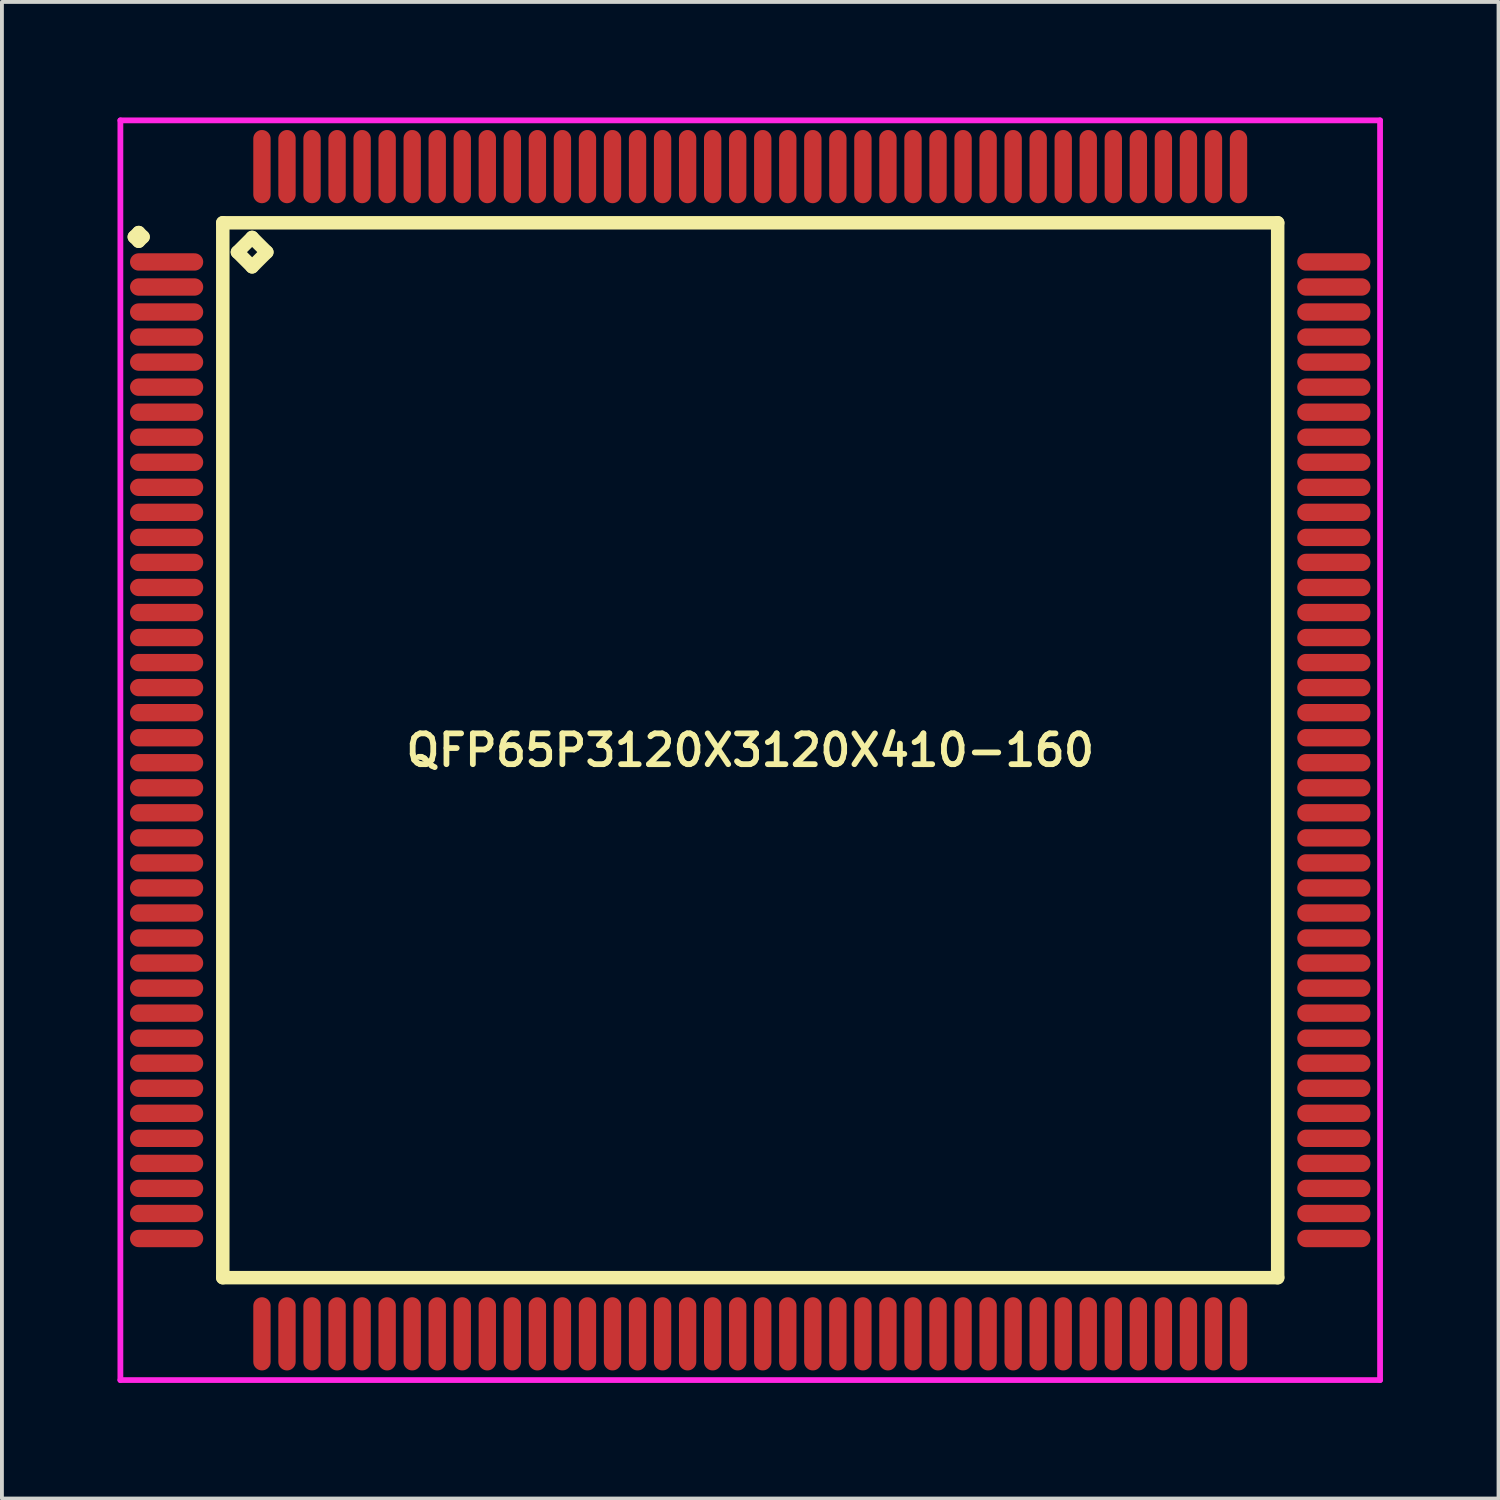
<source format=kicad_pcb>
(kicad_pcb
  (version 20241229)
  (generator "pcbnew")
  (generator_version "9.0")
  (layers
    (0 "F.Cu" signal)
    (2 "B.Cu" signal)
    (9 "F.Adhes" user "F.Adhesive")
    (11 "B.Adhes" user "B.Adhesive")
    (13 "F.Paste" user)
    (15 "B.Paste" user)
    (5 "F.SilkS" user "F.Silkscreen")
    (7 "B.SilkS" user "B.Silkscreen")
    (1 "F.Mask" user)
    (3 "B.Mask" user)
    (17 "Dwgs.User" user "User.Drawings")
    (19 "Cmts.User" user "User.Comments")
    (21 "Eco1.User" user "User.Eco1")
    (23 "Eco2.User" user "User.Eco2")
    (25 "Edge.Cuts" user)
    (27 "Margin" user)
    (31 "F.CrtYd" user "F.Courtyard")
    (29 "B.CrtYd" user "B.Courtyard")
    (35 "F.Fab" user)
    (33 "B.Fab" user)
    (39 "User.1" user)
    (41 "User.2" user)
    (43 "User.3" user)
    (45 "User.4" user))
  (footprint "QFP65P3120X3120X410-160"
    (layer "F.Cu")
    (at 16.425 16.425)
    (property "Reference" "QFP65P3120X3120X410-160" (at 0 0 0) (layer "F.SilkS") (effects (font (size 0.8 0.8) (thickness 0.15))))
    (attr smd)
    (fp_line (start -15.988 -13.325) (end -15.875 -13.438) (stroke (width 0.35) (type solid)) (layer "F.SilkS"))
    (fp_line (start -15.875 -13.438) (end -15.762 -13.325) (stroke (width 0.35) (type solid)) (layer "F.SilkS"))
    (fp_line (start -15.875 -13.213) (end -15.988 -13.325) (stroke (width 0.35) (type solid)) (layer "F.SilkS"))
    (fp_line (start -15.762 -13.325) (end -15.875 -13.213) (stroke (width 0.35) (type solid)) (layer "F.SilkS"))
    (fp_line (start -13.692 -13.692) (end -13.692 13.692) (stroke (width 0.35) (type solid)) (layer "F.SilkS"))
    (fp_line (start -13.692 13.692) (end 13.692 13.692) (stroke (width 0.35) (type solid)) (layer "F.SilkS"))
    (fp_line (start -13.311 -12.93) (end -12.93 -13.311) (stroke (width 0.35) (type solid)) (layer "F.SilkS"))
    (fp_line (start -12.93 -13.311) (end -12.549 -12.93) (stroke (width 0.35) (type solid)) (layer "F.SilkS"))
    (fp_line (start -12.93 -12.549) (end -13.311 -12.93) (stroke (width 0.35) (type solid)) (layer "F.SilkS"))
    (fp_line (start -12.549 -12.93) (end -12.93 -12.549) (stroke (width 0.35) (type solid)) (layer "F.SilkS"))
    (fp_line (start 13.692 -13.692) (end -13.692 -13.692) (stroke (width 0.35) (type solid)) (layer "F.SilkS"))
    (fp_line (start 13.692 13.692) (end 13.692 -13.692) (stroke (width 0.35) (type solid)) (layer "F.SilkS"))
    (fp_line (start -16.35 -16.35) (end 16.35 -16.35) (stroke (width 0.15) (type solid)) (layer "F.CrtYd"))
    (fp_line (start -16.35 16.35) (end -16.35 -16.35) (stroke (width 0.15) (type solid)) (layer "F.CrtYd"))
    (fp_line (start 16.35 -16.35) (end 16.35 16.35) (stroke (width 0.15) (type solid)) (layer "F.CrtYd"))
    (fp_line (start 16.35 16.35) (end -16.35 16.35) (stroke (width 0.15) (type solid)) (layer "F.CrtYd"))
    (pad "1" smd oval (at -15.15 -12.675) (size 1.9 0.45) (layers "F.Cu" "F.Mask" "F.Paste"))
    (pad "2" smd oval (at -15.15 -12.025) (size 1.9 0.45) (layers "F.Cu" "F.Mask" "F.Paste"))
    (pad "3" smd oval (at -15.15 -11.375) (size 1.9 0.45) (layers "F.Cu" "F.Mask" "F.Paste"))
    (pad "4" smd oval (at -15.15 -10.725) (size 1.9 0.45) (layers "F.Cu" "F.Mask" "F.Paste"))
    (pad "5" smd oval (at -15.15 -10.075) (size 1.9 0.45) (layers "F.Cu" "F.Mask" "F.Paste"))
    (pad "6" smd oval (at -15.15 -9.425) (size 1.9 0.45) (layers "F.Cu" "F.Mask" "F.Paste"))
    (pad "7" smd oval (at -15.15 -8.775) (size 1.9 0.45) (layers "F.Cu" "F.Mask" "F.Paste"))
    (pad "8" smd oval (at -15.15 -8.125) (size 1.9 0.45) (layers "F.Cu" "F.Mask" "F.Paste"))
    (pad "9" smd oval (at -15.15 -7.475) (size 1.9 0.45) (layers "F.Cu" "F.Mask" "F.Paste"))
    (pad "10" smd oval (at -15.15 -6.825) (size 1.9 0.45) (layers "F.Cu" "F.Mask" "F.Paste"))
    (pad "11" smd oval (at -15.15 -6.175) (size 1.9 0.45) (layers "F.Cu" "F.Mask" "F.Paste"))
    (pad "12" smd oval (at -15.15 -5.525) (size 1.9 0.45) (layers "F.Cu" "F.Mask" "F.Paste"))
    (pad "13" smd oval (at -15.15 -4.875) (size 1.9 0.45) (layers "F.Cu" "F.Mask" "F.Paste"))
    (pad "14" smd oval (at -15.15 -4.225) (size 1.9 0.45) (layers "F.Cu" "F.Mask" "F.Paste"))
    (pad "15" smd oval (at -15.15 -3.575) (size 1.9 0.45) (layers "F.Cu" "F.Mask" "F.Paste"))
    (pad "16" smd oval (at -15.15 -2.925) (size 1.9 0.45) (layers "F.Cu" "F.Mask" "F.Paste"))
    (pad "17" smd oval (at -15.15 -2.275) (size 1.9 0.45) (layers "F.Cu" "F.Mask" "F.Paste"))
    (pad "18" smd oval (at -15.15 -1.625) (size 1.9 0.45) (layers "F.Cu" "F.Mask" "F.Paste"))
    (pad "19" smd oval (at -15.15 -0.975) (size 1.9 0.45) (layers "F.Cu" "F.Mask" "F.Paste"))
    (pad "20" smd oval (at -15.15 -0.325) (size 1.9 0.45) (layers "F.Cu" "F.Mask" "F.Paste"))
    (pad "21" smd oval (at -15.15 0.325) (size 1.9 0.45) (layers "F.Cu" "F.Mask" "F.Paste"))
    (pad "22" smd oval (at -15.15 0.975) (size 1.9 0.45) (layers "F.Cu" "F.Mask" "F.Paste"))
    (pad "23" smd oval (at -15.15 1.625) (size 1.9 0.45) (layers "F.Cu" "F.Mask" "F.Paste"))
    (pad "24" smd oval (at -15.15 2.275) (size 1.9 0.45) (layers "F.Cu" "F.Mask" "F.Paste"))
    (pad "25" smd oval (at -15.15 2.925) (size 1.9 0.45) (layers "F.Cu" "F.Mask" "F.Paste"))
    (pad "26" smd oval (at -15.15 3.575) (size 1.9 0.45) (layers "F.Cu" "F.Mask" "F.Paste"))
    (pad "27" smd oval (at -15.15 4.225) (size 1.9 0.45) (layers "F.Cu" "F.Mask" "F.Paste"))
    (pad "28" smd oval (at -15.15 4.875) (size 1.9 0.45) (layers "F.Cu" "F.Mask" "F.Paste"))
    (pad "29" smd oval (at -15.15 5.525) (size 1.9 0.45) (layers "F.Cu" "F.Mask" "F.Paste"))
    (pad "30" smd oval (at -15.15 6.175) (size 1.9 0.45) (layers "F.Cu" "F.Mask" "F.Paste"))
    (pad "31" smd oval (at -15.15 6.825) (size 1.9 0.45) (layers "F.Cu" "F.Mask" "F.Paste"))
    (pad "32" smd oval (at -15.15 7.475) (size 1.9 0.45) (layers "F.Cu" "F.Mask" "F.Paste"))
    (pad "33" smd oval (at -15.15 8.125) (size 1.9 0.45) (layers "F.Cu" "F.Mask" "F.Paste"))
    (pad "34" smd oval (at -15.15 8.775) (size 1.9 0.45) (layers "F.Cu" "F.Mask" "F.Paste"))
    (pad "35" smd oval (at -15.15 9.425) (size 1.9 0.45) (layers "F.Cu" "F.Mask" "F.Paste"))
    (pad "36" smd oval (at -15.15 10.075) (size 1.9 0.45) (layers "F.Cu" "F.Mask" "F.Paste"))
    (pad "37" smd oval (at -15.15 10.725) (size 1.9 0.45) (layers "F.Cu" "F.Mask" "F.Paste"))
    (pad "38" smd oval (at -15.15 11.375) (size 1.9 0.45) (layers "F.Cu" "F.Mask" "F.Paste"))
    (pad "39" smd oval (at -15.15 12.025) (size 1.9 0.45) (layers "F.Cu" "F.Mask" "F.Paste"))
    (pad "40" smd oval (at -15.15 12.675) (size 1.9 0.45) (layers "F.Cu" "F.Mask" "F.Paste"))
    (pad "41" smd oval (at -12.675 15.15) (size 0.45 1.9) (layers "F.Cu" "F.Mask" "F.Paste"))
    (pad "42" smd oval (at -12.025 15.15) (size 0.45 1.9) (layers "F.Cu" "F.Mask" "F.Paste"))
    (pad "43" smd oval (at -11.375 15.15) (size 0.45 1.9) (layers "F.Cu" "F.Mask" "F.Paste"))
    (pad "44" smd oval (at -10.725 15.15) (size 0.45 1.9) (layers "F.Cu" "F.Mask" "F.Paste"))
    (pad "45" smd oval (at -10.075 15.15) (size 0.45 1.9) (layers "F.Cu" "F.Mask" "F.Paste"))
    (pad "46" smd oval (at -9.425 15.15) (size 0.45 1.9) (layers "F.Cu" "F.Mask" "F.Paste"))
    (pad "47" smd oval (at -8.775 15.15) (size 0.45 1.9) (layers "F.Cu" "F.Mask" "F.Paste"))
    (pad "48" smd oval (at -8.125 15.15) (size 0.45 1.9) (layers "F.Cu" "F.Mask" "F.Paste"))
    (pad "49" smd oval (at -7.475 15.15) (size 0.45 1.9) (layers "F.Cu" "F.Mask" "F.Paste"))
    (pad "50" smd oval (at -6.825 15.15) (size 0.45 1.9) (layers "F.Cu" "F.Mask" "F.Paste"))
    (pad "51" smd oval (at -6.175 15.15) (size 0.45 1.9) (layers "F.Cu" "F.Mask" "F.Paste"))
    (pad "52" smd oval (at -5.525 15.15) (size 0.45 1.9) (layers "F.Cu" "F.Mask" "F.Paste"))
    (pad "53" smd oval (at -4.875 15.15) (size 0.45 1.9) (layers "F.Cu" "F.Mask" "F.Paste"))
    (pad "54" smd oval (at -4.225 15.15) (size 0.45 1.9) (layers "F.Cu" "F.Mask" "F.Paste"))
    (pad "55" smd oval (at -3.575 15.15) (size 0.45 1.9) (layers "F.Cu" "F.Mask" "F.Paste"))
    (pad "56" smd oval (at -2.925 15.15) (size 0.45 1.9) (layers "F.Cu" "F.Mask" "F.Paste"))
    (pad "57" smd oval (at -2.275 15.15) (size 0.45 1.9) (layers "F.Cu" "F.Mask" "F.Paste"))
    (pad "58" smd oval (at -1.625 15.15) (size 0.45 1.9) (layers "F.Cu" "F.Mask" "F.Paste"))
    (pad "59" smd oval (at -0.975 15.15) (size 0.45 1.9) (layers "F.Cu" "F.Mask" "F.Paste"))
    (pad "60" smd oval (at -0.325 15.15) (size 0.45 1.9) (layers "F.Cu" "F.Mask" "F.Paste"))
    (pad "61" smd oval (at 0.325 15.15) (size 0.45 1.9) (layers "F.Cu" "F.Mask" "F.Paste"))
    (pad "62" smd oval (at 0.975 15.15) (size 0.45 1.9) (layers "F.Cu" "F.Mask" "F.Paste"))
    (pad "63" smd oval (at 1.625 15.15) (size 0.45 1.9) (layers "F.Cu" "F.Mask" "F.Paste"))
    (pad "64" smd oval (at 2.275 15.15) (size 0.45 1.9) (layers "F.Cu" "F.Mask" "F.Paste"))
    (pad "65" smd oval (at 2.925 15.15) (size 0.45 1.9) (layers "F.Cu" "F.Mask" "F.Paste"))
    (pad "66" smd oval (at 3.575 15.15) (size 0.45 1.9) (layers "F.Cu" "F.Mask" "F.Paste"))
    (pad "67" smd oval (at 4.225 15.15) (size 0.45 1.9) (layers "F.Cu" "F.Mask" "F.Paste"))
    (pad "68" smd oval (at 4.875 15.15) (size 0.45 1.9) (layers "F.Cu" "F.Mask" "F.Paste"))
    (pad "69" smd oval (at 5.525 15.15) (size 0.45 1.9) (layers "F.Cu" "F.Mask" "F.Paste"))
    (pad "70" smd oval (at 6.175 15.15) (size 0.45 1.9) (layers "F.Cu" "F.Mask" "F.Paste"))
    (pad "71" smd oval (at 6.825 15.15) (size 0.45 1.9) (layers "F.Cu" "F.Mask" "F.Paste"))
    (pad "72" smd oval (at 7.475 15.15) (size 0.45 1.9) (layers "F.Cu" "F.Mask" "F.Paste"))
    (pad "73" smd oval (at 8.125 15.15) (size 0.45 1.9) (layers "F.Cu" "F.Mask" "F.Paste"))
    (pad "74" smd oval (at 8.775 15.15) (size 0.45 1.9) (layers "F.Cu" "F.Mask" "F.Paste"))
    (pad "75" smd oval (at 9.425 15.15) (size 0.45 1.9) (layers "F.Cu" "F.Mask" "F.Paste"))
    (pad "76" smd oval (at 10.075 15.15) (size 0.45 1.9) (layers "F.Cu" "F.Mask" "F.Paste"))
    (pad "77" smd oval (at 10.725 15.15) (size 0.45 1.9) (layers "F.Cu" "F.Mask" "F.Paste"))
    (pad "78" smd oval (at 11.375 15.15) (size 0.45 1.9) (layers "F.Cu" "F.Mask" "F.Paste"))
    (pad "79" smd oval (at 12.025 15.15) (size 0.45 1.9) (layers "F.Cu" "F.Mask" "F.Paste"))
    (pad "80" smd oval (at 12.675 15.15) (size 0.45 1.9) (layers "F.Cu" "F.Mask" "F.Paste"))
    (pad "81" smd oval (at 15.15 12.675) (size 1.9 0.45) (layers "F.Cu" "F.Mask" "F.Paste"))
    (pad "82" smd oval (at 15.15 12.025) (size 1.9 0.45) (layers "F.Cu" "F.Mask" "F.Paste"))
    (pad "83" smd oval (at 15.15 11.375) (size 1.9 0.45) (layers "F.Cu" "F.Mask" "F.Paste"))
    (pad "84" smd oval (at 15.15 10.725) (size 1.9 0.45) (layers "F.Cu" "F.Mask" "F.Paste"))
    (pad "85" smd oval (at 15.15 10.075) (size 1.9 0.45) (layers "F.Cu" "F.Mask" "F.Paste"))
    (pad "86" smd oval (at 15.15 9.425) (size 1.9 0.45) (layers "F.Cu" "F.Mask" "F.Paste"))
    (pad "87" smd oval (at 15.15 8.775) (size 1.9 0.45) (layers "F.Cu" "F.Mask" "F.Paste"))
    (pad "88" smd oval (at 15.15 8.125) (size 1.9 0.45) (layers "F.Cu" "F.Mask" "F.Paste"))
    (pad "89" smd oval (at 15.15 7.475) (size 1.9 0.45) (layers "F.Cu" "F.Mask" "F.Paste"))
    (pad "90" smd oval (at 15.15 6.825) (size 1.9 0.45) (layers "F.Cu" "F.Mask" "F.Paste"))
    (pad "91" smd oval (at 15.15 6.175) (size 1.9 0.45) (layers "F.Cu" "F.Mask" "F.Paste"))
    (pad "92" smd oval (at 15.15 5.525) (size 1.9 0.45) (layers "F.Cu" "F.Mask" "F.Paste"))
    (pad "93" smd oval (at 15.15 4.875) (size 1.9 0.45) (layers "F.Cu" "F.Mask" "F.Paste"))
    (pad "94" smd oval (at 15.15 4.225) (size 1.9 0.45) (layers "F.Cu" "F.Mask" "F.Paste"))
    (pad "95" smd oval (at 15.15 3.575) (size 1.9 0.45) (layers "F.Cu" "F.Mask" "F.Paste"))
    (pad "96" smd oval (at 15.15 2.925) (size 1.9 0.45) (layers "F.Cu" "F.Mask" "F.Paste"))
    (pad "97" smd oval (at 15.15 2.275) (size 1.9 0.45) (layers "F.Cu" "F.Mask" "F.Paste"))
    (pad "98" smd oval (at 15.15 1.625) (size 1.9 0.45) (layers "F.Cu" "F.Mask" "F.Paste"))
    (pad "99" smd oval (at 15.15 0.975) (size 1.9 0.45) (layers "F.Cu" "F.Mask" "F.Paste"))
    (pad "100" smd oval (at 15.15 0.325) (size 1.9 0.45) (layers "F.Cu" "F.Mask" "F.Paste"))
    (pad "101" smd oval (at 15.15 -0.325) (size 1.9 0.45) (layers "F.Cu" "F.Mask" "F.Paste"))
    (pad "102" smd oval (at 15.15 -0.975) (size 1.9 0.45) (layers "F.Cu" "F.Mask" "F.Paste"))
    (pad "103" smd oval (at 15.15 -1.625) (size 1.9 0.45) (layers "F.Cu" "F.Mask" "F.Paste"))
    (pad "104" smd oval (at 15.15 -2.275) (size 1.9 0.45) (layers "F.Cu" "F.Mask" "F.Paste"))
    (pad "105" smd oval (at 15.15 -2.925) (size 1.9 0.45) (layers "F.Cu" "F.Mask" "F.Paste"))
    (pad "106" smd oval (at 15.15 -3.575) (size 1.9 0.45) (layers "F.Cu" "F.Mask" "F.Paste"))
    (pad "107" smd oval (at 15.15 -4.225) (size 1.9 0.45) (layers "F.Cu" "F.Mask" "F.Paste"))
    (pad "108" smd oval (at 15.15 -4.875) (size 1.9 0.45) (layers "F.Cu" "F.Mask" "F.Paste"))
    (pad "109" smd oval (at 15.15 -5.525) (size 1.9 0.45) (layers "F.Cu" "F.Mask" "F.Paste"))
    (pad "110" smd oval (at 15.15 -6.175) (size 1.9 0.45) (layers "F.Cu" "F.Mask" "F.Paste"))
    (pad "111" smd oval (at 15.15 -6.825) (size 1.9 0.45) (layers "F.Cu" "F.Mask" "F.Paste"))
    (pad "112" smd oval (at 15.15 -7.475) (size 1.9 0.45) (layers "F.Cu" "F.Mask" "F.Paste"))
    (pad "113" smd oval (at 15.15 -8.125) (size 1.9 0.45) (layers "F.Cu" "F.Mask" "F.Paste"))
    (pad "114" smd oval (at 15.15 -8.775) (size 1.9 0.45) (layers "F.Cu" "F.Mask" "F.Paste"))
    (pad "115" smd oval (at 15.15 -9.425) (size 1.9 0.45) (layers "F.Cu" "F.Mask" "F.Paste"))
    (pad "116" smd oval (at 15.15 -10.075) (size 1.9 0.45) (layers "F.Cu" "F.Mask" "F.Paste"))
    (pad "117" smd oval (at 15.15 -10.725) (size 1.9 0.45) (layers "F.Cu" "F.Mask" "F.Paste"))
    (pad "118" smd oval (at 15.15 -11.375) (size 1.9 0.45) (layers "F.Cu" "F.Mask" "F.Paste"))
    (pad "119" smd oval (at 15.15 -12.025) (size 1.9 0.45) (layers "F.Cu" "F.Mask" "F.Paste"))
    (pad "120" smd oval (at 15.15 -12.675) (size 1.9 0.45) (layers "F.Cu" "F.Mask" "F.Paste"))
    (pad "121" smd oval (at 12.675 -15.15) (size 0.45 1.9) (layers "F.Cu" "F.Mask" "F.Paste"))
    (pad "122" smd oval (at 12.025 -15.15) (size 0.45 1.9) (layers "F.Cu" "F.Mask" "F.Paste"))
    (pad "123" smd oval (at 11.375 -15.15) (size 0.45 1.9) (layers "F.Cu" "F.Mask" "F.Paste"))
    (pad "124" smd oval (at 10.725 -15.15) (size 0.45 1.9) (layers "F.Cu" "F.Mask" "F.Paste"))
    (pad "125" smd oval (at 10.075 -15.15) (size 0.45 1.9) (layers "F.Cu" "F.Mask" "F.Paste"))
    (pad "126" smd oval (at 9.425 -15.15) (size 0.45 1.9) (layers "F.Cu" "F.Mask" "F.Paste"))
    (pad "127" smd oval (at 8.775 -15.15) (size 0.45 1.9) (layers "F.Cu" "F.Mask" "F.Paste"))
    (pad "128" smd oval (at 8.125 -15.15) (size 0.45 1.9) (layers "F.Cu" "F.Mask" "F.Paste"))
    (pad "129" smd oval (at 7.475 -15.15) (size 0.45 1.9) (layers "F.Cu" "F.Mask" "F.Paste"))
    (pad "130" smd oval (at 6.825 -15.15) (size 0.45 1.9) (layers "F.Cu" "F.Mask" "F.Paste"))
    (pad "131" smd oval (at 6.175 -15.15) (size 0.45 1.9) (layers "F.Cu" "F.Mask" "F.Paste"))
    (pad "132" smd oval (at 5.525 -15.15) (size 0.45 1.9) (layers "F.Cu" "F.Mask" "F.Paste"))
    (pad "133" smd oval (at 4.875 -15.15) (size 0.45 1.9) (layers "F.Cu" "F.Mask" "F.Paste"))
    (pad "134" smd oval (at 4.225 -15.15) (size 0.45 1.9) (layers "F.Cu" "F.Mask" "F.Paste"))
    (pad "135" smd oval (at 3.575 -15.15) (size 0.45 1.9) (layers "F.Cu" "F.Mask" "F.Paste"))
    (pad "136" smd oval (at 2.925 -15.15) (size 0.45 1.9) (layers "F.Cu" "F.Mask" "F.Paste"))
    (pad "137" smd oval (at 2.275 -15.15) (size 0.45 1.9) (layers "F.Cu" "F.Mask" "F.Paste"))
    (pad "138" smd oval (at 1.625 -15.15) (size 0.45 1.9) (layers "F.Cu" "F.Mask" "F.Paste"))
    (pad "139" smd oval (at 0.975 -15.15) (size 0.45 1.9) (layers "F.Cu" "F.Mask" "F.Paste"))
    (pad "140" smd oval (at 0.325 -15.15) (size 0.45 1.9) (layers "F.Cu" "F.Mask" "F.Paste"))
    (pad "141" smd oval (at -0.325 -15.15) (size 0.45 1.9) (layers "F.Cu" "F.Mask" "F.Paste"))
    (pad "142" smd oval (at -0.975 -15.15) (size 0.45 1.9) (layers "F.Cu" "F.Mask" "F.Paste"))
    (pad "143" smd oval (at -1.625 -15.15) (size 0.45 1.9) (layers "F.Cu" "F.Mask" "F.Paste"))
    (pad "144" smd oval (at -2.275 -15.15) (size 0.45 1.9) (layers "F.Cu" "F.Mask" "F.Paste"))
    (pad "145" smd oval (at -2.925 -15.15) (size 0.45 1.9) (layers "F.Cu" "F.Mask" "F.Paste"))
    (pad "146" smd oval (at -3.575 -15.15) (size 0.45 1.9) (layers "F.Cu" "F.Mask" "F.Paste"))
    (pad "147" smd oval (at -4.225 -15.15) (size 0.45 1.9) (layers "F.Cu" "F.Mask" "F.Paste"))
    (pad "148" smd oval (at -4.875 -15.15) (size 0.45 1.9) (layers "F.Cu" "F.Mask" "F.Paste"))
    (pad "149" smd oval (at -5.525 -15.15) (size 0.45 1.9) (layers "F.Cu" "F.Mask" "F.Paste"))
    (pad "150" smd oval (at -6.175 -15.15) (size 0.45 1.9) (layers "F.Cu" "F.Mask" "F.Paste"))
    (pad "151" smd oval (at -6.825 -15.15) (size 0.45 1.9) (layers "F.Cu" "F.Mask" "F.Paste"))
    (pad "152" smd oval (at -7.475 -15.15) (size 0.45 1.9) (layers "F.Cu" "F.Mask" "F.Paste"))
    (pad "153" smd oval (at -8.125 -15.15) (size 0.45 1.9) (layers "F.Cu" "F.Mask" "F.Paste"))
    (pad "154" smd oval (at -8.775 -15.15) (size 0.45 1.9) (layers "F.Cu" "F.Mask" "F.Paste"))
    (pad "155" smd oval (at -9.425 -15.15) (size 0.45 1.9) (layers "F.Cu" "F.Mask" "F.Paste"))
    (pad "156" smd oval (at -10.075 -15.15) (size 0.45 1.9) (layers "F.Cu" "F.Mask" "F.Paste"))
    (pad "157" smd oval (at -10.725 -15.15) (size 0.45 1.9) (layers "F.Cu" "F.Mask" "F.Paste"))
    (pad "158" smd oval (at -11.375 -15.15) (size 0.45 1.9) (layers "F.Cu" "F.Mask" "F.Paste"))
    (pad "159" smd oval (at -12.025 -15.15) (size 0.45 1.9) (layers "F.Cu" "F.Mask" "F.Paste"))
    (pad "160" smd oval (at -12.675 -15.15) (size 0.45 1.9) (layers "F.Cu" "F.Mask" "F.Paste")))
  (gr_rect
    (start -3 -3)
    (end 35.85 35.85)
    (stroke (width 0.1) (type default))
    (fill no)
    (layer "Edge.Cuts")))
</source>
